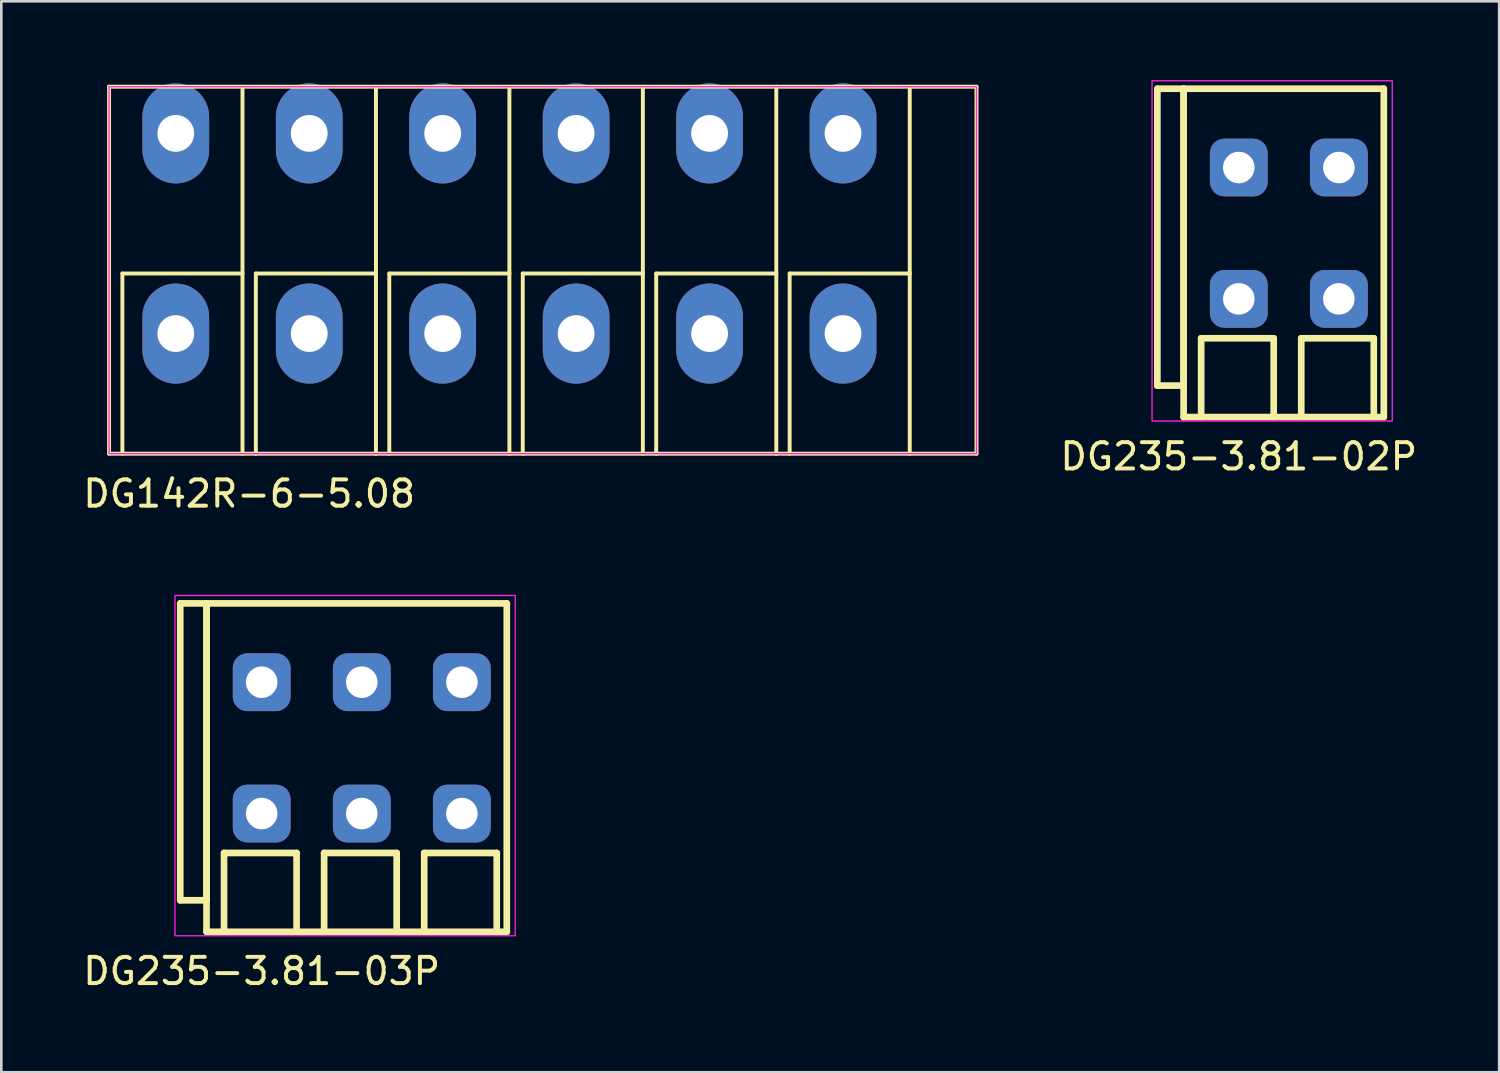
<source format=kicad_pcb>
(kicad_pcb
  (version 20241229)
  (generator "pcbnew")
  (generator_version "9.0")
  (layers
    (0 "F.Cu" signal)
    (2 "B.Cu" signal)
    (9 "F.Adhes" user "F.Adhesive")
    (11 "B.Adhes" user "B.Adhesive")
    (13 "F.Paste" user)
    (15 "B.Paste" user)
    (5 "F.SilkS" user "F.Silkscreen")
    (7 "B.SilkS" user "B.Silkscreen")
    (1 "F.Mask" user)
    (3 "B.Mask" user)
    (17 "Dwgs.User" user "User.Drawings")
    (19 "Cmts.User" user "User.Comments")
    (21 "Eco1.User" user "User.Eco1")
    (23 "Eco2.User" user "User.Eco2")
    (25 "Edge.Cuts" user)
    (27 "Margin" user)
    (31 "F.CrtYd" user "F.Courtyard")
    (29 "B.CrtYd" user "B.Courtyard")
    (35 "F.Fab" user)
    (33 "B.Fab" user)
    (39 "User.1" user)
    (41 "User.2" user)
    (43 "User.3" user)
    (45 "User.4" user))
  (footprint "DG235-3.81-03P"
    (layer "F.Cu")
    (at 6.911 22.919)
    (property "Reference" "DG235-3.81-03P" (at 0 11 0) (layer "F.SilkS") (effects (font (size 1 1) (thickness 0.15))))
    (attr through_hole)
    (fp_line (start -3.1 -3) (end -3.1 8.302) (stroke (width 0.254) (type solid)) (layer "F.SilkS"))
    (fp_line (start -3.1 -3) (end -2.1 -3) (stroke (width 0.254) (type solid)) (layer "F.SilkS"))
    (fp_line (start -3.1 8.302) (end -2.1 8.302) (stroke (width 0.254) (type solid)) (layer "F.SilkS"))
    (fp_line (start -2.1 -3) (end -2.1 8.302) (stroke (width 0.254) (type solid)) (layer "F.SilkS"))
    (fp_line (start -2.1 -3) (end -2.1 9.5) (stroke (width 0.254) (type solid)) (layer "F.SilkS"))
    (fp_line (start -2.1 -3) (end 9.33 -3) (stroke (width 0.254) (type solid)) (layer "F.SilkS"))
    (fp_line (start -2.1 9.5) (end 9.33 9.5) (stroke (width 0.254) (type solid)) (layer "F.SilkS"))
    (fp_line (start -1.433 9.5) (end -1.433 6.5) (stroke (width 0.254) (type solid)) (layer "F.SilkS"))
    (fp_line (start 1.329 6.5) (end -1.433 6.5) (stroke (width 0.254) (type solid)) (layer "F.SilkS"))
    (fp_line (start 1.329 9.5) (end 1.329 6.5) (stroke (width 0.254) (type solid)) (layer "F.SilkS"))
    (fp_line (start 2.377 9.5) (end 2.377 6.5) (stroke (width 0.254) (type solid)) (layer "F.SilkS"))
    (fp_line (start 5.139 6.5) (end 2.377 6.5) (stroke (width 0.254) (type solid)) (layer "F.SilkS"))
    (fp_line (start 5.139 9.5) (end 5.139 6.5) (stroke (width 0.254) (type solid)) (layer "F.SilkS"))
    (fp_line (start 6.187 9.5) (end 6.187 6.5) (stroke (width 0.254) (type solid)) (layer "F.SilkS"))
    (fp_line (start 8.949 6.5) (end 6.187 6.5) (stroke (width 0.254) (type solid)) (layer "F.SilkS"))
    (fp_line (start 8.949 9.5) (end 8.949 6.5) (stroke (width 0.254) (type solid)) (layer "F.SilkS"))
    (fp_line (start 9.33 -3) (end 9.33 9.5) (stroke (width 0.254) (type solid)) (layer "F.SilkS"))
    (fp_rect (start -3.302 -3.302) (end 9.652 9.652) (stroke (width 0.05) (type solid)) (fill no) (layer "F.CrtYd"))
    (pad "1" thru_hole roundrect (at 0 0) (size 2.2 2.2) (drill 1.2) (layers "*.Cu" "*.Mask") (roundrect_rratio 0.25))
    (pad "1" thru_hole roundrect (at 0 5) (size 2.2 2.2) (drill 1.2) (layers "*.Cu" "*.Mask") (roundrect_rratio 0.25))
    (pad "2" thru_hole roundrect (at 3.81 0) (size 2.2 2.2) (drill 1.2) (layers "*.Cu" "*.Mask") (roundrect_rratio 0.25))
    (pad "2" thru_hole roundrect (at 3.81 5) (size 2.2 2.2) (drill 1.2) (layers "*.Cu" "*.Mask") (roundrect_rratio 0.25))
    (pad "3" thru_hole roundrect (at 7.62 0) (size 2.2 2.2) (drill 1.2) (layers "*.Cu" "*.Mask") (roundrect_rratio 0.25))
    (pad "3" thru_hole roundrect (at 7.62 5) (size 2.2 2.2) (drill 1.2) (layers "*.Cu" "*.Mask") (roundrect_rratio 0.25)))
  (footprint "DG142R-6-5.08"
    (layer "F.Cu")
    (at 1.101 0.25)
    (property "Reference" "DG142R-6-5.08" (at 5.334 15.494 0) (layer "F.SilkS") (effects (font (size 1 1) (thickness 0.15))))
    (attr through_hole)
    (fp_line (start 0 0) (end 0 13.97) (stroke (width 0.15) (type solid)) (layer "F.SilkS"))
    (fp_line (start 0 0) (end 33.02 0) (stroke (width 0.15) (type solid)) (layer "F.SilkS"))
    (fp_line (start 0 13.97) (end 33.02 13.97) (stroke (width 0.15) (type solid)) (layer "F.SilkS"))
    (fp_line (start 0.508 7.112) (end 0.508 13.97) (stroke (width 0.15) (type solid)) (layer "F.SilkS"))
    (fp_line (start 5.08 0) (end 5.08 13.97) (stroke (width 0.15) (type solid)) (layer "F.SilkS"))
    (fp_line (start 5.08 7.112) (end 0.508 7.112) (stroke (width 0.15) (type solid)) (layer "F.SilkS"))
    (fp_line (start 5.588 7.112) (end 5.588 13.97) (stroke (width 0.15) (type solid)) (layer "F.SilkS"))
    (fp_line (start 10.16 0) (end 10.16 13.97) (stroke (width 0.15) (type solid)) (layer "F.SilkS"))
    (fp_line (start 10.16 7.112) (end 5.588 7.112) (stroke (width 0.15) (type solid)) (layer "F.SilkS"))
    (fp_line (start 10.668 7.112) (end 10.668 13.97) (stroke (width 0.15) (type solid)) (layer "F.SilkS"))
    (fp_line (start 15.24 0) (end 15.24 13.97) (stroke (width 0.15) (type solid)) (layer "F.SilkS"))
    (fp_line (start 15.24 7.112) (end 10.668 7.112) (stroke (width 0.15) (type solid)) (layer "F.SilkS"))
    (fp_line (start 15.748 7.112) (end 15.748 13.97) (stroke (width 0.15) (type solid)) (layer "F.SilkS"))
    (fp_line (start 20.32 0) (end 20.32 13.97) (stroke (width 0.15) (type solid)) (layer "F.SilkS"))
    (fp_line (start 20.32 7.112) (end 15.748 7.112) (stroke (width 0.15) (type solid)) (layer "F.SilkS"))
    (fp_line (start 20.828 7.112) (end 20.828 13.97) (stroke (width 0.15) (type solid)) (layer "F.SilkS"))
    (fp_line (start 25.4 0) (end 25.4 13.97) (stroke (width 0.15) (type solid)) (layer "F.SilkS"))
    (fp_line (start 25.4 7.112) (end 20.828 7.112) (stroke (width 0.15) (type solid)) (layer "F.SilkS"))
    (fp_line (start 25.908 7.112) (end 25.908 13.97) (stroke (width 0.15) (type solid)) (layer "F.SilkS"))
    (fp_line (start 30.48 0) (end 30.48 13.97) (stroke (width 0.15) (type solid)) (layer "F.SilkS"))
    (fp_line (start 30.48 7.112) (end 25.908 7.112) (stroke (width 0.15) (type solid)) (layer "F.SilkS"))
    (fp_line (start 33.02 13.97) (end 33.02 0) (stroke (width 0.15) (type solid)) (layer "F.SilkS"))
    (fp_rect (start 0 0) (end 33.02 13.97) (stroke (width 0.05) (type solid)) (fill no) (layer "F.CrtYd"))
    (pad "1" thru_hole oval (at 2.54 1.778) (size 2.54 3.81) (drill 1.4) (layers "*.Cu" "*.Mask"))
    (pad "1" thru_hole oval (at 2.54 9.398) (size 2.54 3.81) (drill 1.4) (layers "*.Cu" "*.Mask"))
    (pad "2" thru_hole oval (at 7.62 1.778) (size 2.54 3.81) (drill 1.4) (layers "*.Cu" "*.Mask"))
    (pad "2" thru_hole oval (at 7.62 9.398) (size 2.54 3.81) (drill 1.4) (layers "*.Cu" "*.Mask"))
    (pad "3" thru_hole oval (at 12.7 1.778) (size 2.54 3.81) (drill 1.4) (layers "*.Cu" "*.Mask"))
    (pad "3" thru_hole oval (at 12.7 9.398) (size 2.54 3.81) (drill 1.4) (layers "*.Cu" "*.Mask"))
    (pad "4" thru_hole oval (at 17.78 1.778) (size 2.54 3.81) (drill 1.4) (layers "*.Cu" "*.Mask"))
    (pad "4" thru_hole oval (at 17.78 9.398) (size 2.54 3.81) (drill 1.4) (layers "*.Cu" "*.Mask"))
    (pad "5" thru_hole oval (at 22.86 1.778) (size 2.54 3.81) (drill 1.4) (layers "*.Cu" "*.Mask"))
    (pad "5" thru_hole oval (at 22.86 9.398) (size 2.54 3.81) (drill 1.4) (layers "*.Cu" "*.Mask"))
    (pad "6" thru_hole oval (at 27.94 1.778) (size 2.54 3.81) (drill 1.4) (layers "*.Cu" "*.Mask"))
    (pad "6" thru_hole oval (at 27.94 9.398) (size 2.54 3.81) (drill 1.4) (layers "*.Cu" "*.Mask")))
  (footprint "DG235-3.81-02P"
    (layer "F.Cu")
    (at 44.106 3.327)
    (property "Reference" "DG235-3.81-02P" (at 0 11 0) (layer "F.SilkS") (effects (font (size 1 1) (thickness 0.15))))
    (attr through_hole)
    (fp_line (start -3.1 -3) (end -3.1 8.302) (stroke (width 0.254) (type solid)) (layer "F.SilkS"))
    (fp_line (start -3.1 -3) (end -2.1 -3) (stroke (width 0.254) (type solid)) (layer "F.SilkS"))
    (fp_line (start -3.1 8.302) (end -2.1 8.302) (stroke (width 0.254) (type solid)) (layer "F.SilkS"))
    (fp_line (start -2.1 -3) (end -2.1 8.302) (stroke (width 0.254) (type solid)) (layer "F.SilkS"))
    (fp_line (start -2.1 -3) (end -2.1 9.5) (stroke (width 0.254) (type solid)) (layer "F.SilkS"))
    (fp_line (start -2.1 -3) (end 5.52 -3) (stroke (width 0.254) (type solid)) (layer "F.SilkS"))
    (fp_line (start -2.1 9.5) (end 5.52 9.5) (stroke (width 0.254) (type solid)) (layer "F.SilkS"))
    (fp_line (start -1.433 9.5) (end -1.433 6.5) (stroke (width 0.254) (type solid)) (layer "F.SilkS"))
    (fp_line (start 1.329 6.5) (end -1.433 6.5) (stroke (width 0.254) (type solid)) (layer "F.SilkS"))
    (fp_line (start 1.329 9.5) (end 1.329 6.5) (stroke (width 0.254) (type solid)) (layer "F.SilkS"))
    (fp_line (start 2.377 9.5) (end 2.377 6.5) (stroke (width 0.254) (type solid)) (layer "F.SilkS"))
    (fp_line (start 5.139 6.5) (end 2.377 6.5) (stroke (width 0.254) (type solid)) (layer "F.SilkS"))
    (fp_line (start 5.139 9.5) (end 5.139 6.5) (stroke (width 0.254) (type solid)) (layer "F.SilkS"))
    (fp_line (start 5.52 -3) (end 5.52 9.5) (stroke (width 0.254) (type solid)) (layer "F.SilkS"))
    (fp_rect (start -3.302 -3.302) (end 5.842 9.652) (stroke (width 0.05) (type solid)) (fill no) (layer "F.CrtYd"))
    (pad "1" thru_hole roundrect (at 0 0) (size 2.2 2.2) (drill 1.2) (layers "*.Cu" "*.Mask") (roundrect_rratio 0.25))
    (pad "1" thru_hole roundrect (at 0 5) (size 2.2 2.2) (drill 1.2) (layers "*.Cu" "*.Mask") (roundrect_rratio 0.25))
    (pad "2" thru_hole roundrect (at 3.81 0) (size 2.2 2.2) (drill 1.2) (layers "*.Cu" "*.Mask") (roundrect_rratio 0.25))
    (pad "2" thru_hole roundrect (at 3.81 5) (size 2.2 2.2) (drill 1.2) (layers "*.Cu" "*.Mask") (roundrect_rratio 0.25)))
  (gr_rect
    (start -3 -3)
    (end 54.017 37.767)
    (stroke (width 0.1) (type default))
    (fill no)
    (layer "Edge.Cuts")))
</source>
